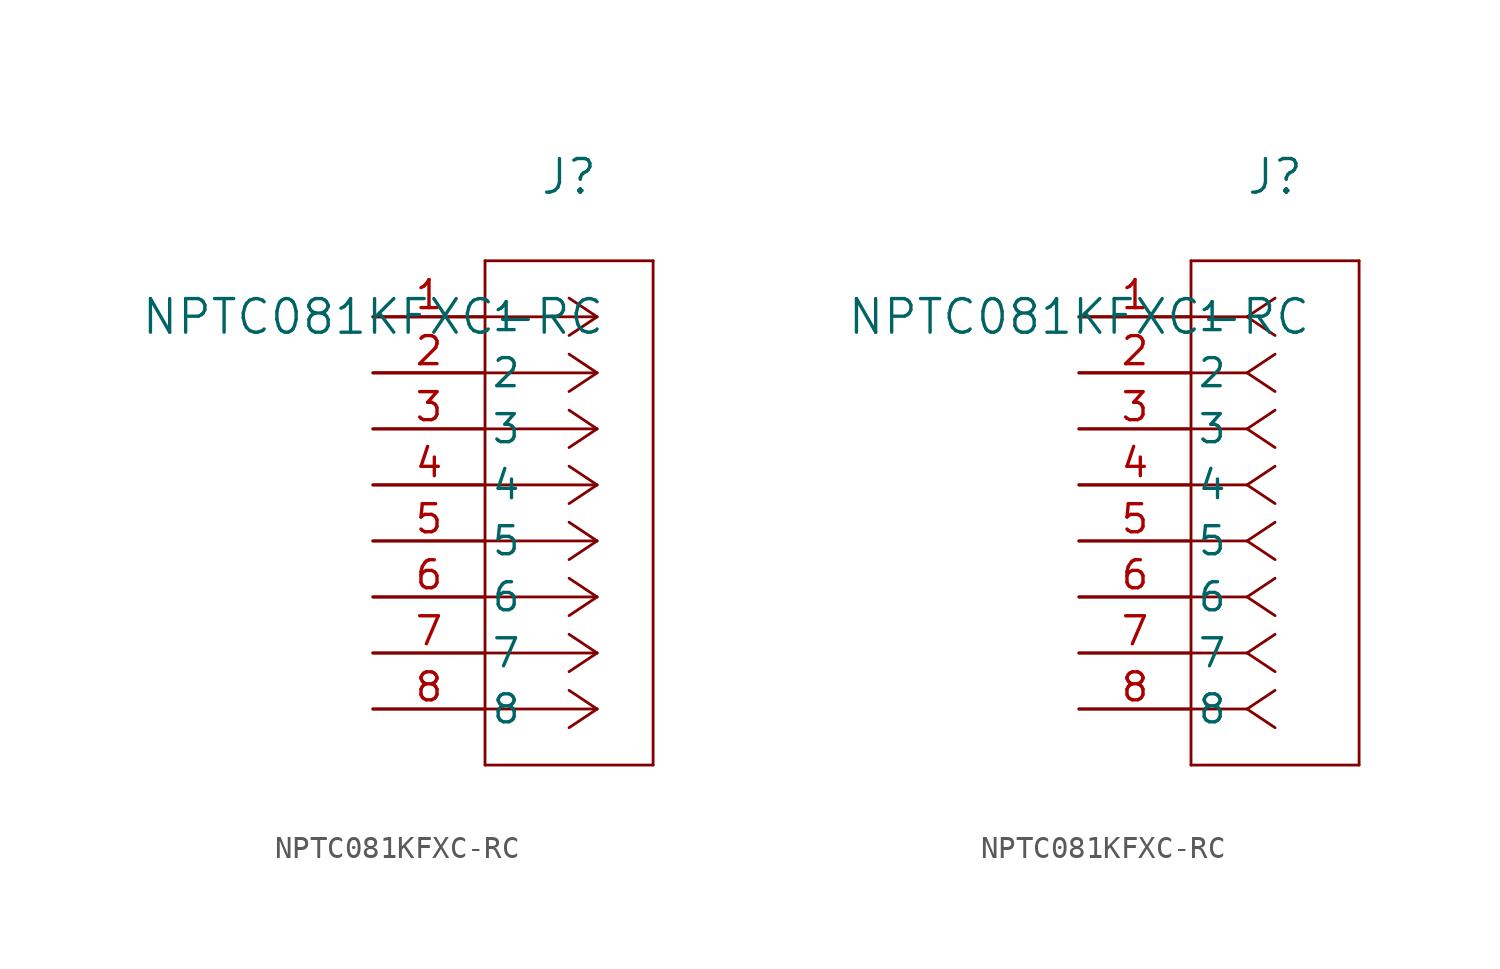
<source format=kicad_sym>
(kicad_symbol_lib
  (version 20211014)
  (generator kicad_symbol_editor)
  (symbol "NPTC081KFXC-RC"
    (pin_names
      (offset 0.254))
    (property "Reference" "J"
      (at 8.89 6.35 0)
      (effects (font (size 1.524 1.524))))
    (property "Value" "NPTC081KFXC-RC"
      (at 0 0 0)
      (effects (font (size 1.524 1.524))))
    (symbol "NPTC081KFXC-RC_1_1"
      (polyline (pts (xy 10.16 0) (xy 5.08 0)) (stroke (width 0.127) (type default) (color 0 0 0 0)) (fill (type none)))
      (polyline (pts (xy 10.16 -2.54) (xy 5.08 -2.54)) (stroke (width 0.127) (type default) (color 0 0 0 0)) (fill (type none)))
      (polyline (pts (xy 10.16 -5.08) (xy 5.08 -5.08)) (stroke (width 0.127) (type default) (color 0 0 0 0)) (fill (type none)))
      (polyline (pts (xy 10.16 -7.62) (xy 5.08 -7.62)) (stroke (width 0.127) (type default) (color 0 0 0 0)) (fill (type none)))
      (polyline (pts (xy 10.16 -10.16) (xy 5.08 -10.16)) (stroke (width 0.127) (type default) (color 0 0 0 0)) (fill (type none)))
      (polyline (pts (xy 10.16 -12.7) (xy 5.08 -12.7)) (stroke (width 0.127) (type default) (color 0 0 0 0)) (fill (type none)))
      (polyline (pts (xy 10.16 -15.24) (xy 5.08 -15.24)) (stroke (width 0.127) (type default) (color 0 0 0 0)) (fill (type none)))
      (polyline (pts (xy 10.16 -17.78) (xy 5.08 -17.78)) (stroke (width 0.127) (type default) (color 0 0 0 0)) (fill (type none)))
      (polyline (pts (xy 10.16 0) (xy 8.89 0.847)) (stroke (width 0.127) (type default) (color 0 0 0 0)) (fill (type none)))
      (polyline (pts (xy 10.16 -2.54) (xy 8.89 -1.693)) (stroke (width 0.127) (type default) (color 0 0 0 0)) (fill (type none)))
      (polyline (pts (xy 10.16 -5.08) (xy 8.89 -4.233)) (stroke (width 0.127) (type default) (color 0 0 0 0)) (fill (type none)))
      (polyline (pts (xy 10.16 -7.62) (xy 8.89 -6.773)) (stroke (width 0.127) (type default) (color 0 0 0 0)) (fill (type none)))
      (polyline (pts (xy 10.16 -10.16) (xy 8.89 -9.313)) (stroke (width 0.127) (type default) (color 0 0 0 0)) (fill (type none)))
      (polyline (pts (xy 10.16 -12.7) (xy 8.89 -11.853)) (stroke (width 0.127) (type default) (color 0 0 0 0)) (fill (type none)))
      (polyline (pts (xy 10.16 -15.24) (xy 8.89 -14.393)) (stroke (width 0.127) (type default) (color 0 0 0 0)) (fill (type none)))
      (polyline (pts (xy 10.16 -17.78) (xy 8.89 -16.933)) (stroke (width 0.127) (type default) (color 0 0 0 0)) (fill (type none)))
      (polyline (pts (xy 10.16 0) (xy 8.89 -0.847)) (stroke (width 0.127) (type default) (color 0 0 0 0)) (fill (type none)))
      (polyline (pts (xy 10.16 -2.54) (xy 8.89 -3.387)) (stroke (width 0.127) (type default) (color 0 0 0 0)) (fill (type none)))
      (polyline (pts (xy 10.16 -5.08) (xy 8.89 -5.927)) (stroke (width 0.127) (type default) (color 0 0 0 0)) (fill (type none)))
      (polyline (pts (xy 10.16 -7.62) (xy 8.89 -8.467)) (stroke (width 0.127) (type default) (color 0 0 0 0)) (fill (type none)))
      (polyline (pts (xy 10.16 -10.16) (xy 8.89 -11.007)) (stroke (width 0.127) (type default) (color 0 0 0 0)) (fill (type none)))
      (polyline (pts (xy 10.16 -12.7) (xy 8.89 -13.547)) (stroke (width 0.127) (type default) (color 0 0 0 0)) (fill (type none)))
      (polyline (pts (xy 10.16 -15.24) (xy 8.89 -16.087)) (stroke (width 0.127) (type default) (color 0 0 0 0)) (fill (type none)))
      (polyline (pts (xy 10.16 -17.78) (xy 8.89 -18.627)) (stroke (width 0.127) (type default) (color 0 0 0 0)) (fill (type none)))
      (polyline (pts (xy 5.08 2.54) (xy 5.08 -20.32)) (stroke (width 0.127) (type default) (color 0 0 0 0)) (fill (type none)))
      (polyline (pts (xy 5.08 -20.32) (xy 12.7 -20.32)) (stroke (width 0.127) (type default) (color 0 0 0 0)) (fill (type none)))
      (polyline (pts (xy 12.7 -20.32) (xy 12.7 2.54)) (stroke (width 0.127) (type default) (color 0 0 0 0)) (fill (type none)))
      (polyline (pts (xy 12.7 2.54) (xy 5.08 2.54)) (stroke (width 0.127) (type default) (color 0 0 0 0)) (fill (type none)))
      (pin unspecified line (at 0 0 0) (length 5.08) (name "1" (effects (font (size 1.27 1.27)))) (number "1" (effects (font (size 1.27 1.27)))))
      (pin unspecified line (at 0 -2.54 0) (length 5.08) (name "2" (effects (font (size 1.27 1.27)))) (number "2" (effects (font (size 1.27 1.27)))))
      (pin unspecified line (at 0 -5.08 0) (length 5.08) (name "3" (effects (font (size 1.27 1.27)))) (number "3" (effects (font (size 1.27 1.27)))))
      (pin unspecified line (at 0 -7.62 0) (length 5.08) (name "4" (effects (font (size 1.27 1.27)))) (number "4" (effects (font (size 1.27 1.27)))))
      (pin unspecified line (at 0 -10.16 0) (length 5.08) (name "5" (effects (font (size 1.27 1.27)))) (number "5" (effects (font (size 1.27 1.27)))))
      (pin unspecified line (at 0 -12.7 0) (length 5.08) (name "6" (effects (font (size 1.27 1.27)))) (number "6" (effects (font (size 1.27 1.27)))))
      (pin unspecified line (at 0 -15.24 0) (length 5.08) (name "7" (effects (font (size 1.27 1.27)))) (number "7" (effects (font (size 1.27 1.27)))))
      (pin unspecified line (at 0 -17.78 0) (length 5.08) (name "8" (effects (font (size 1.27 1.27)))) (number "8" (effects (font (size 1.27 1.27))))))
    (symbol "NPTC081KFXC-RC_1_2"
      (polyline (pts (xy 7.62 0) (xy 5.08 0)) (stroke (width 0.127) (type default) (color 0 0 0 0)) (fill (type none)))
      (polyline (pts (xy 7.62 -2.54) (xy 5.08 -2.54)) (stroke (width 0.127) (type default) (color 0 0 0 0)) (fill (type none)))
      (polyline (pts (xy 7.62 -5.08) (xy 5.08 -5.08)) (stroke (width 0.127) (type default) (color 0 0 0 0)) (fill (type none)))
      (polyline (pts (xy 7.62 -7.62) (xy 5.08 -7.62)) (stroke (width 0.127) (type default) (color 0 0 0 0)) (fill (type none)))
      (polyline (pts (xy 7.62 -10.16) (xy 5.08 -10.16)) (stroke (width 0.127) (type default) (color 0 0 0 0)) (fill (type none)))
      (polyline (pts (xy 7.62 -12.7) (xy 5.08 -12.7)) (stroke (width 0.127) (type default) (color 0 0 0 0)) (fill (type none)))
      (polyline (pts (xy 7.62 -15.24) (xy 5.08 -15.24)) (stroke (width 0.127) (type default) (color 0 0 0 0)) (fill (type none)))
      (polyline (pts (xy 7.62 -17.78) (xy 5.08 -17.78)) (stroke (width 0.127) (type default) (color 0 0 0 0)) (fill (type none)))
      (polyline (pts (xy 7.62 0) (xy 8.89 0.847)) (stroke (width 0.127) (type default) (color 0 0 0 0)) (fill (type none)))
      (polyline (pts (xy 7.62 -2.54) (xy 8.89 -1.693)) (stroke (width 0.127) (type default) (color 0 0 0 0)) (fill (type none)))
      (polyline (pts (xy 7.62 -5.08) (xy 8.89 -4.233)) (stroke (width 0.127) (type default) (color 0 0 0 0)) (fill (type none)))
      (polyline (pts (xy 7.62 -7.62) (xy 8.89 -6.773)) (stroke (width 0.127) (type default) (color 0 0 0 0)) (fill (type none)))
      (polyline (pts (xy 7.62 -10.16) (xy 8.89 -9.313)) (stroke (width 0.127) (type default) (color 0 0 0 0)) (fill (type none)))
      (polyline (pts (xy 7.62 -12.7) (xy 8.89 -11.853)) (stroke (width 0.127) (type default) (color 0 0 0 0)) (fill (type none)))
      (polyline (pts (xy 7.62 -15.24) (xy 8.89 -14.393)) (stroke (width 0.127) (type default) (color 0 0 0 0)) (fill (type none)))
      (polyline (pts (xy 7.62 -17.78) (xy 8.89 -16.933)) (stroke (width 0.127) (type default) (color 0 0 0 0)) (fill (type none)))
      (polyline (pts (xy 7.62 0) (xy 8.89 -0.847)) (stroke (width 0.127) (type default) (color 0 0 0 0)) (fill (type none)))
      (polyline (pts (xy 7.62 -2.54) (xy 8.89 -3.387)) (stroke (width 0.127) (type default) (color 0 0 0 0)) (fill (type none)))
      (polyline (pts (xy 7.62 -5.08) (xy 8.89 -5.927)) (stroke (width 0.127) (type default) (color 0 0 0 0)) (fill (type none)))
      (polyline (pts (xy 7.62 -7.62) (xy 8.89 -8.467)) (stroke (width 0.127) (type default) (color 0 0 0 0)) (fill (type none)))
      (polyline (pts (xy 7.62 -10.16) (xy 8.89 -11.007)) (stroke (width 0.127) (type default) (color 0 0 0 0)) (fill (type none)))
      (polyline (pts (xy 7.62 -12.7) (xy 8.89 -13.547)) (stroke (width 0.127) (type default) (color 0 0 0 0)) (fill (type none)))
      (polyline (pts (xy 7.62 -15.24) (xy 8.89 -16.087)) (stroke (width 0.127) (type default) (color 0 0 0 0)) (fill (type none)))
      (polyline (pts (xy 7.62 -17.78) (xy 8.89 -18.627)) (stroke (width 0.127) (type default) (color 0 0 0 0)) (fill (type none)))
      (polyline (pts (xy 5.08 2.54) (xy 5.08 -20.32)) (stroke (width 0.127) (type default) (color 0 0 0 0)) (fill (type none)))
      (polyline (pts (xy 5.08 -20.32) (xy 12.7 -20.32)) (stroke (width 0.127) (type default) (color 0 0 0 0)) (fill (type none)))
      (polyline (pts (xy 12.7 -20.32) (xy 12.7 2.54)) (stroke (width 0.127) (type default) (color 0 0 0 0)) (fill (type none)))
      (polyline (pts (xy 12.7 2.54) (xy 5.08 2.54)) (stroke (width 0.127) (type default) (color 0 0 0 0)) (fill (type none)))
      (pin unspecified line (at 0 0 0) (length 5.08) (name "1" (effects (font (size 1.27 1.27)))) (number "1" (effects (font (size 1.27 1.27)))))
      (pin unspecified line (at 0 -2.54 0) (length 5.08) (name "2" (effects (font (size 1.27 1.27)))) (number "2" (effects (font (size 1.27 1.27)))))
      (pin unspecified line (at 0 -5.08 0) (length 5.08) (name "3" (effects (font (size 1.27 1.27)))) (number "3" (effects (font (size 1.27 1.27)))))
      (pin unspecified line (at 0 -7.62 0) (length 5.08) (name "4" (effects (font (size 1.27 1.27)))) (number "4" (effects (font (size 1.27 1.27)))))
      (pin unspecified line (at 0 -10.16 0) (length 5.08) (name "5" (effects (font (size 1.27 1.27)))) (number "5" (effects (font (size 1.27 1.27)))))
      (pin unspecified line (at 0 -12.7 0) (length 5.08) (name "6" (effects (font (size 1.27 1.27)))) (number "6" (effects (font (size 1.27 1.27)))))
      (pin unspecified line (at 0 -15.24 0) (length 5.08) (name "7" (effects (font (size 1.27 1.27)))) (number "7" (effects (font (size 1.27 1.27)))))
      (pin unspecified line (at 0 -17.78 0) (length 5.08) (name "8" (effects (font (size 1.27 1.27)))) (number "8" (effects (font (size 1.27 1.27))))))))
</source>
